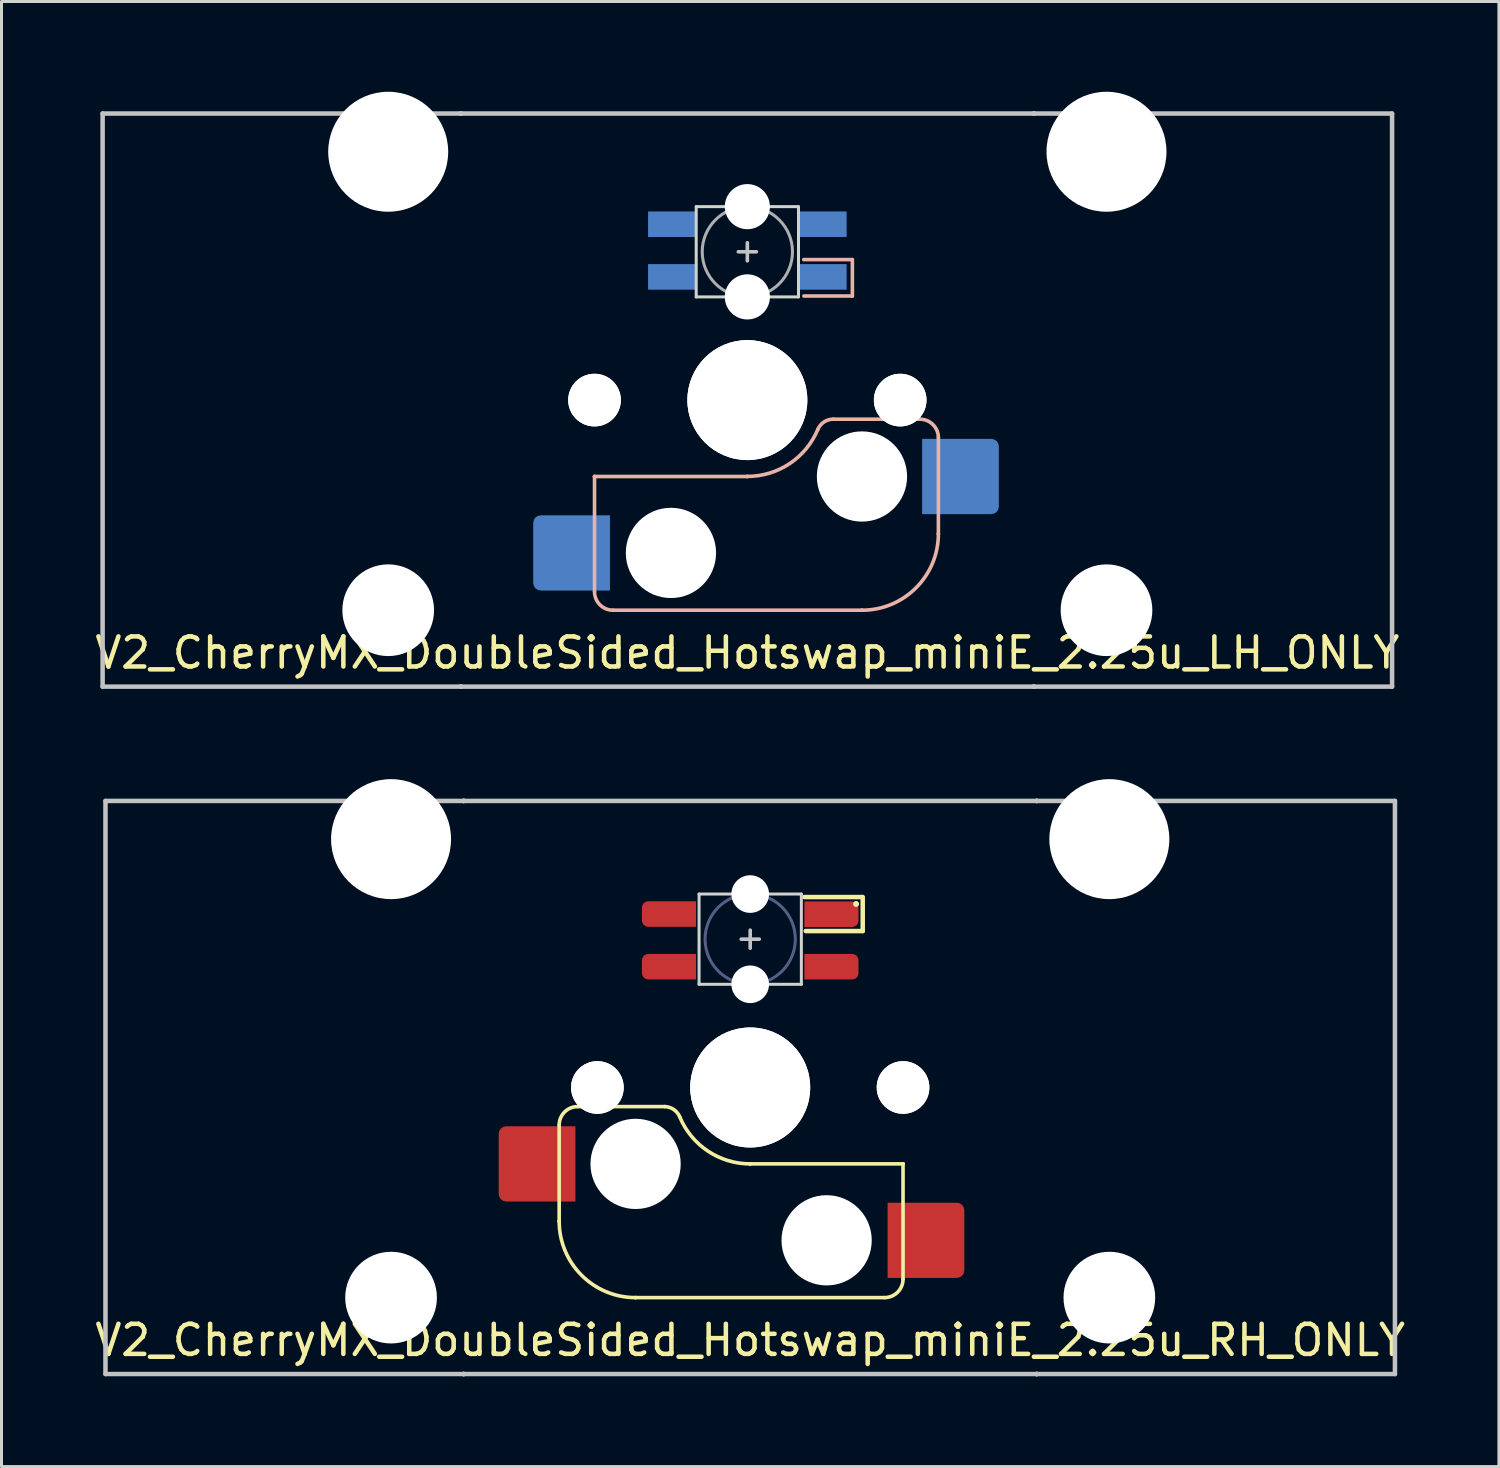
<source format=kicad_pcb>
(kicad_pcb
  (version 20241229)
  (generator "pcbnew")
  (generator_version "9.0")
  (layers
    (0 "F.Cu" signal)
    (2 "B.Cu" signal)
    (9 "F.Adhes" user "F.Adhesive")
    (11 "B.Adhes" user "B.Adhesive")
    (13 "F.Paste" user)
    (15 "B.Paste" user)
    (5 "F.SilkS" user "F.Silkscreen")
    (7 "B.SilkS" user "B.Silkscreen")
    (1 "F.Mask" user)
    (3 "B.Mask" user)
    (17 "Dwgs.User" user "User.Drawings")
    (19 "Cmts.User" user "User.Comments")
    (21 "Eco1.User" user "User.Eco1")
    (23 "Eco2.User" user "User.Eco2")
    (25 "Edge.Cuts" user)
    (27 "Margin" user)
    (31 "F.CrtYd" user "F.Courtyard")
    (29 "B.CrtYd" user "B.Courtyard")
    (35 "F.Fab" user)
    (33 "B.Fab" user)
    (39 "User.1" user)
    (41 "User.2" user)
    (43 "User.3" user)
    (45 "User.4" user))
  (footprint "V2_CherryMX_DoubleSided_Hotswap_miniE_2.25u_LH_ONLY"
    (layer "F.Cu")
    (at 21.792 10.249)
    (property "Reference" "V2_CherryMX_DoubleSided_Hotswap_miniE_2.25u_LH_ONLY" (at 0 8.4 0) (layer "F.SilkS") (effects (font (size 1 1) (thickness 0.15))))
    (attr through_hole)
    (fp_poly (pts (xy -3.25 -6.22) (xy -1.75 -6.22) (xy -1.75 -5.47) (xy -3.25 -5.47)) (stroke (width 0.1) (type solid)) (fill yes) (layer "B.Mask"))
    (fp_poly (pts (xy -3.25 -4.47) (xy -1.75 -4.47) (xy -1.75 -3.72) (xy -3.25 -3.72)) (stroke (width 0.1) (type solid)) (fill yes) (layer "B.Mask"))
    (fp_poly (pts (xy 1.75 -6.22) (xy 3.25 -6.22) (xy 3.25 -5.47) (xy 1.75 -5.47)) (stroke (width 0.1) (type solid)) (fill yes) (layer "B.Mask"))
    (fp_poly (pts (xy 1.75 -4.47) (xy 3.25 -4.47) (xy 3.25 -4.145) (xy 2.85 -3.72) (xy 1.75 -3.72)) (stroke (width 0.1) (type solid)) (fill yes) (layer "B.Mask"))
    (fp_line (start -5.08 2.54) (end -5.08 2.54) (stroke (width 0.12) (type solid)) (layer "B.SilkS"))
    (fp_line (start -5.08 2.54) (end -5.08 2.54) (stroke (width 0.12) (type solid)) (layer "B.SilkS"))
    (fp_line (start -5.08 6.36) (end -5.08 2.54) (stroke (width 0.12) (type solid)) (layer "B.SilkS"))
    (fp_line (start -4.46 6.985) (end 3.81 6.985) (stroke (width 0.12) (type solid)) (layer "B.SilkS"))
    (fp_line (start 0 2.54) (end -5.08 2.54) (stroke (width 0.12) (type solid)) (layer "B.SilkS"))
    (fp_line (start 0 2.54) (end 0 2.54) (stroke (width 0.12) (type solid)) (layer "B.SilkS"))
    (fp_line (start 1.874 -4.67) (end 3.486 -4.67) (stroke (width 0.12) (type solid)) (layer "B.SilkS"))
    (fp_line (start 1.88 -3.459) (end 3.491 -3.459) (stroke (width 0.12) (type solid)) (layer "B.SilkS"))
    (fp_line (start 2.86 0.635) (end 5.72 0.635) (stroke (width 0.12) (type solid)) (layer "B.SilkS"))
    (fp_line (start 3.491 -3.459) (end 3.491 -4.67) (stroke (width 0.12) (type solid)) (layer "B.SilkS"))
    (fp_line (start 3.81 6.985) (end 3.81 6.985) (stroke (width 0.12) (type solid)) (layer "B.SilkS"))
    (fp_line (start 6.35 1.25) (end 6.35 4.445) (stroke (width 0.12) (type solid)) (layer "B.SilkS"))
    (fp_line (start 6.35 4.445) (end 6.35 4.445) (stroke (width 0.12) (type solid)) (layer "B.SilkS"))
    (fp_arc (start -4.465 6.985) (mid -4.899871 6.804871) (end -5.08 6.37) (stroke (width 0.12) (type default)) (layer "B.SilkS"))
    (fp_arc (start 2.34 0.98) (mid 1.405313 2.11213) (end 0 2.536928) (stroke (width 0.12) (type solid)) (layer "B.SilkS"))
    (fp_arc (start 2.34 0.98) (mid 2.547381 0.727883) (end 2.859999 0.633863) (stroke (width 0.12) (type default)) (layer "B.SilkS"))
    (fp_arc (start 5.735129 0.635) (mid 6.169999 0.815141) (end 6.350129 1.25) (stroke (width 0.12) (type default)) (layer "B.SilkS"))
    (fp_arc (start 6.35 4.445) (mid 5.606051 6.241051) (end 3.81 6.985) (stroke (width 0.12) (type solid)) (layer "B.SilkS"))
    (fp_line (start -21.431 -9.525) (end 21.431 -9.525) (stroke (width 0.15) (type solid)) (layer "Dwgs.User"))
    (fp_line (start -21.431 9.525) (end -21.431 -9.525) (stroke (width 0.15) (type solid)) (layer "Dwgs.User"))
    (fp_line (start -9.525 -9.525) (end -9.525 -9.525) (stroke (width 0.15) (type solid)) (layer "Dwgs.User"))
    (fp_line (start -9.525 -9.525) (end -9.525 -9.525) (stroke (width 0.15) (type solid)) (layer "Dwgs.User"))
    (fp_line (start -9.525 -9.525) (end -9.525 -9.525) (stroke (width 0.15) (type solid)) (layer "Dwgs.User"))
    (fp_line (start -9.525 -9.525) (end -9.525 -9.525) (stroke (width 0.15) (type solid)) (layer "Dwgs.User"))
    (fp_line (start -9.525 9.525) (end -9.525 9.525) (stroke (width 0.15) (type solid)) (layer "Dwgs.User"))
    (fp_line (start -9.525 9.525) (end -9.525 9.525) (stroke (width 0.15) (type solid)) (layer "Dwgs.User"))
    (fp_line (start -9.525 9.525) (end -9.525 9.525) (stroke (width 0.15) (type solid)) (layer "Dwgs.User"))
    (fp_line (start -9.525 9.525) (end -9.525 9.525) (stroke (width 0.15) (type solid)) (layer "Dwgs.User"))
    (fp_line (start -0.3 -4.93) (end 0.3 -4.93) (stroke (width 0.12) (type solid)) (layer "Dwgs.User"))
    (fp_line (start 0 -4.63) (end 0 -5.23) (stroke (width 0.12) (type solid)) (layer "Dwgs.User"))
    (fp_line (start 9.525 -9.525) (end 9.525 -9.525) (stroke (width 0.15) (type solid)) (layer "Dwgs.User"))
    (fp_line (start 9.525 -9.525) (end 9.525 -9.525) (stroke (width 0.15) (type solid)) (layer "Dwgs.User"))
    (fp_line (start 9.525 -9.525) (end 9.525 -9.525) (stroke (width 0.15) (type solid)) (layer "Dwgs.User"))
    (fp_line (start 9.525 -9.525) (end 9.525 -9.525) (stroke (width 0.15) (type solid)) (layer "Dwgs.User"))
    (fp_line (start 9.525 9.525) (end 9.525 9.525) (stroke (width 0.15) (type solid)) (layer "Dwgs.User"))
    (fp_line (start 9.525 9.525) (end 9.525 9.525) (stroke (width 0.15) (type solid)) (layer "Dwgs.User"))
    (fp_line (start 9.525 9.525) (end 9.525 9.525) (stroke (width 0.15) (type solid)) (layer "Dwgs.User"))
    (fp_line (start 9.525 9.525) (end 9.525 9.525) (stroke (width 0.15) (type solid)) (layer "Dwgs.User"))
    (fp_line (start 21.431 -9.525) (end 21.431 9.525) (stroke (width 0.15) (type solid)) (layer "Dwgs.User"))
    (fp_line (start 21.431 9.525) (end -21.431 9.525) (stroke (width 0.15) (type solid)) (layer "Dwgs.User"))
    (fp_line (start -1.7 -6.43) (end -1.7 -3.43) (stroke (width 0.1) (type solid)) (layer "Edge.Cuts"))
    (fp_line (start 1.7 -6.43) (end -1.7 -6.43) (stroke (width 0.1) (type solid)) (layer "Edge.Cuts"))
    (fp_line (start 1.7 -3.43) (end -1.7 -3.43) (stroke (width 0.1) (type solid)) (layer "Edge.Cuts"))
    (fp_line (start 1.7 -3.43) (end 1.7 -6.43) (stroke (width 0.1) (type solid)) (layer "Edge.Cuts"))
    (fp_circle (center 0 -4.93) (end 0 -6.43) (stroke (width 0.1) (type solid)) (fill no) (layer "F.Fab"))
    (fp_line (start -9.525 9.525) (end -9.525 -9.525) (stroke (width 0.15) (type solid)) (layer "User.2"))
    (fp_line (start 9.525 -9.525) (end -9.525 -9.525) (stroke (width 0.15) (type solid)) (layer "User.2"))
    (fp_line (start 9.525 9.525) (end -9.525 9.525) (stroke (width 0.15) (type solid)) (layer "User.2"))
    (fp_line (start 9.525 9.525) (end 9.525 -9.525) (stroke (width 0.15) (type solid)) (layer "User.2"))
    (pad "" np_thru_hole circle (at -11.938 -8.255) (size 3.988 3.988) (drill 3.988) (layers "*.Cu" "*.Mask"))
    (pad "" np_thru_hole circle (at -11.938 6.985) (size 3.048 3.048) (drill 3.048) (layers "*.Cu" "*.Mask"))
    (pad "" np_thru_hole circle (at -5.08 0 180) (size 1.75 1.75) (drill 1.75) (layers "*.Cu" "*.Mask"))
    (pad "" np_thru_hole circle (at -5.08 0 180) (size 1.75 1.75) (drill 1.75) (layers "*.Cu" "*.Mask"))
    (pad "" np_thru_hole circle (at -2.54 5.08 180) (size 3 3) (drill 3) (layers "*.Cu" "*.Mask"))
    (pad "" np_thru_hole circle (at 0 -6.43 180) (size 1.5 1.5) (drill 1.5) (layers "*.Cu" "*.Mask"))
    (pad "" np_thru_hole circle (at 0 -3.43 180) (size 1.5 1.5) (drill 1.5) (layers "*.Cu" "*.Mask"))
    (pad "" np_thru_hole circle (at 0 0 180) (size 3.988 3.988) (drill 3.988) (layers "*.Cu" "*.Mask"))
    (pad "" np_thru_hole circle (at 0 0 180) (size 3.988 3.988) (drill 3.988) (layers "*.Cu" "*.Mask"))
    (pad "" np_thru_hole circle (at 3.81 2.54 180) (size 3 3) (drill 3) (layers "*.Cu" "*.Mask"))
    (pad "" np_thru_hole circle (at 5.08 0 180) (size 1.75 1.75) (drill 1.75) (layers "*.Cu" "*.Mask"))
    (pad "" np_thru_hole circle (at 5.08 0 180) (size 1.75 1.75) (drill 1.75) (layers "*.Cu" "*.Mask"))
    (pad "" np_thru_hole circle (at 11.938 -8.255) (size 3.988 3.988) (drill 3.988) (layers "*.Cu" "*.Mask"))
    (pad "" np_thru_hole circle (at 11.938 6.985) (size 3.048 3.048) (drill 3.048) (layers "*.Cu" "*.Mask"))
    (pad "1" smd rect (at -2.5 -5.845) (size 1.6 0.85) (layers "B.Cu"))
    (pad "2" smd rect (at -2.5 -4.095 180) (size 1.6 0.85) (layers "B.Cu"))
    (pad "3" smd rect (at 2.5 -4.095 180) (size 1.6 0.85) (layers "B.Cu"))
    (pad "4" smd rect (at 2.5 -5.845) (size 1.6 0.85) (layers "B.Cu"))
    (pad "5" smd roundrect (at 7.085 2.54 180) (size 2.55 2.5) (layers "B.Cu" "B.Mask" "B.Paste") (roundrect_rratio 0.1) (chamfer_ratio 0) (chamfer top_right bottom_right))
    (pad "6" smd roundrect (at -5.842 5.08 180) (size 2.55 2.5) (layers "B.Cu" "B.Mask" "B.Paste") (roundrect_rratio 0.1) (chamfer_ratio 0) (chamfer top_left bottom_left)))
  (footprint "V2_CherryMX_DoubleSided_Hotswap_miniE_2.25u_RH_ONLY"
    (layer "F.Cu")
    (at 21.887 33.098)
    (property "Reference" "V2_CherryMX_DoubleSided_Hotswap_miniE_2.25u_RH_ONLY" (at 0 8.4 180) (layer "F.SilkS") (effects (font (size 1 1) (thickness 0.15))))
    (attr through_hole)
    (fp_line (start -6.35 4.445) (end -6.35 1.26) (stroke (width 0.12) (type solid)) (layer "F.SilkS"))
    (fp_line (start -6.35 4.445) (end -6.35 4.445) (stroke (width 0.12) (type solid)) (layer "F.SilkS"))
    (fp_line (start -5.73 0.635) (end -2.84 0.635) (stroke (width 0.12) (type solid)) (layer "F.SilkS"))
    (fp_line (start -3.81 6.985) (end -3.81 6.985) (stroke (width 0.12) (type solid)) (layer "F.SilkS"))
    (fp_line (start -3.81 6.985) (end 4.46 6.985) (stroke (width 0.12) (type solid)) (layer "F.SilkS"))
    (fp_line (start 0 2.54) (end 0 2.54) (stroke (width 0.12) (type solid)) (layer "F.SilkS"))
    (fp_line (start 0 2.54) (end 5.08 2.54) (stroke (width 0.12) (type solid)) (layer "F.SilkS"))
    (fp_line (start 1.8 -6.33) (end 3.724 -6.33) (stroke (width 0.15) (type solid)) (layer "F.SilkS"))
    (fp_line (start 3.74 -6.33) (end 3.74 -5.2) (stroke (width 0.15) (type solid)) (layer "F.SilkS"))
    (fp_line (start 3.74 -5.2) (end 1.846 -5.2) (stroke (width 0.15) (type solid)) (layer "F.SilkS"))
    (fp_line (start 5.08 2.54) (end 5.08 2.54) (stroke (width 0.12) (type solid)) (layer "F.SilkS"))
    (fp_line (start 5.08 2.54) (end 5.08 2.54) (stroke (width 0.12) (type solid)) (layer "F.SilkS"))
    (fp_line (start 5.08 6.37) (end 5.08 2.54) (stroke (width 0.12) (type solid)) (layer "F.SilkS"))
    (fp_arc (start -6.35 1.25) (mid -6.169871 0.815129) (end -5.735 0.635) (stroke (width 0.12) (type default)) (layer "F.SilkS"))
    (fp_arc (start -3.81 6.985) (mid -5.606051 6.241051) (end -6.35 4.445) (stroke (width 0.12) (type solid)) (layer "F.SilkS"))
    (fp_arc (start -2.840072 0.635) (mid -2.539136 0.734324) (end -2.34 0.980845) (stroke (width 0.12) (type default)) (layer "F.SilkS"))
    (fp_arc (start 0 2.54) (mid -1.405313 2.115202) (end -2.34 0.983072) (stroke (width 0.12) (type solid)) (layer "F.SilkS"))
    (fp_arc (start 5.080129 6.37) (mid 4.9 6.804871) (end 4.465129 6.985) (stroke (width 0.12) (type default)) (layer "F.SilkS"))
    (fp_circle (center 3.52 -6.1) (end 3.62 -6.1) (stroke (width 0) (type solid)) (fill yes) (layer "F.SilkS"))
    (fp_line (start -21.431 -9.525) (end 21.431 -9.525) (stroke (width 0.15) (type solid)) (layer "Dwgs.User"))
    (fp_line (start -21.431 9.525) (end -21.431 -9.525) (stroke (width 0.15) (type solid)) (layer "Dwgs.User"))
    (fp_line (start -9.525 -9.525) (end -9.525 -9.525) (stroke (width 0.15) (type solid)) (layer "Dwgs.User"))
    (fp_line (start -9.525 -9.525) (end -9.525 -9.525) (stroke (width 0.15) (type solid)) (layer "Dwgs.User"))
    (fp_line (start -9.525 -9.525) (end -9.525 -9.525) (stroke (width 0.15) (type solid)) (layer "Dwgs.User"))
    (fp_line (start -9.525 -9.525) (end -9.525 -9.525) (stroke (width 0.15) (type solid)) (layer "Dwgs.User"))
    (fp_line (start -9.525 9.525) (end -9.525 9.525) (stroke (width 0.15) (type solid)) (layer "Dwgs.User"))
    (fp_line (start -9.525 9.525) (end -9.525 9.525) (stroke (width 0.15) (type solid)) (layer "Dwgs.User"))
    (fp_line (start -9.525 9.525) (end -9.525 9.525) (stroke (width 0.15) (type solid)) (layer "Dwgs.User"))
    (fp_line (start -9.525 9.525) (end -9.525 9.525) (stroke (width 0.15) (type solid)) (layer "Dwgs.User"))
    (fp_line (start -0.3 -4.93) (end 0.3 -4.93) (stroke (width 0.12) (type solid)) (layer "Dwgs.User"))
    (fp_line (start 0 -5.23) (end 0 -4.63) (stroke (width 0.12) (type solid)) (layer "Dwgs.User"))
    (fp_line (start 9.525 -9.525) (end 9.525 -9.525) (stroke (width 0.15) (type solid)) (layer "Dwgs.User"))
    (fp_line (start 9.525 -9.525) (end 9.525 -9.525) (stroke (width 0.15) (type solid)) (layer "Dwgs.User"))
    (fp_line (start 9.525 -9.525) (end 9.525 -9.525) (stroke (width 0.15) (type solid)) (layer "Dwgs.User"))
    (fp_line (start 9.525 -9.525) (end 9.525 -9.525) (stroke (width 0.15) (type solid)) (layer "Dwgs.User"))
    (fp_line (start 9.525 9.525) (end 9.525 9.525) (stroke (width 0.15) (type solid)) (layer "Dwgs.User"))
    (fp_line (start 9.525 9.525) (end 9.525 9.525) (stroke (width 0.15) (type solid)) (layer "Dwgs.User"))
    (fp_line (start 9.525 9.525) (end 9.525 9.525) (stroke (width 0.15) (type solid)) (layer "Dwgs.User"))
    (fp_line (start 9.525 9.525) (end 9.525 9.525) (stroke (width 0.15) (type solid)) (layer "Dwgs.User"))
    (fp_line (start 21.431 -9.525) (end 21.431 9.525) (stroke (width 0.15) (type solid)) (layer "Dwgs.User"))
    (fp_line (start 21.431 9.525) (end -21.431 9.525) (stroke (width 0.15) (type solid)) (layer "Dwgs.User"))
    (fp_line (start -1.7 -3.43) (end -1.7 -6.43) (stroke (width 0.1) (type solid)) (layer "Edge.Cuts"))
    (fp_line (start 1.7 -6.43) (end -1.7 -6.43) (stroke (width 0.1) (type solid)) (layer "Edge.Cuts"))
    (fp_line (start 1.7 -6.43) (end 1.7 -3.43) (stroke (width 0.1) (type solid)) (layer "Edge.Cuts"))
    (fp_line (start 1.7 -3.43) (end -1.7 -3.43) (stroke (width 0.1) (type solid)) (layer "Edge.Cuts"))
    (fp_circle (center 0 -4.93) (end 0 -3.43) (stroke (width 0.1) (type solid)) (fill no) (layer "B.Fab"))
    (fp_line (start -9.525 9.525) (end -9.525 -9.525) (stroke (width 0.15) (type solid)) (layer "User.2"))
    (fp_line (start 9.525 -9.525) (end -9.525 -9.525) (stroke (width 0.15) (type solid)) (layer "User.2"))
    (fp_line (start 9.525 9.525) (end -9.525 9.525) (stroke (width 0.15) (type solid)) (layer "User.2"))
    (fp_line (start 9.525 9.525) (end 9.525 -9.525) (stroke (width 0.15) (type solid)) (layer "User.2"))
    (pad "" np_thru_hole circle (at -11.938 -8.255) (size 3.988 3.988) (drill 3.988) (layers "*.Cu" "*.Mask"))
    (pad "" np_thru_hole circle (at -11.938 6.985) (size 3.048 3.048) (drill 3.048) (layers "*.Cu" "*.Mask"))
    (pad "" np_thru_hole circle (at -5.08 0 180) (size 1.75 1.75) (drill 1.75) (layers "*.Cu" "*.Mask"))
    (pad "" np_thru_hole circle (at -5.08 0 180) (size 1.75 1.75) (drill 1.75) (layers "*.Cu" "*.Mask"))
    (pad "" np_thru_hole circle (at -3.81 2.54 180) (size 3 3) (drill 3) (layers "*.Cu" "*.Mask"))
    (pad "" smd roundrect (at -2.69 -4.015 180) (size 1.82 0.85) (layers "F.Mask") (roundrect_rratio 0.25) (chamfer_ratio 0) (chamfer top_left bottom_left))
    (pad "" smd roundrect (at -2.69 -5.765 180) (size 1.82 0.84) (layers "F.Mask") (roundrect_rratio 0.25) (chamfer_ratio 0) (chamfer top_left bottom_left))
    (pad "" np_thru_hole circle (at 0 -6.429) (size 1.25 1.25) (drill 1.25) (layers "*.Cu" "*.Mask"))
    (pad "" np_thru_hole circle (at 0 -3.43) (size 1.25 1.25) (drill 1.25) (layers "*.Cu" "*.Mask"))
    (pad "" np_thru_hole circle (at 0 0 180) (size 3.988 3.988) (drill 3.988) (layers "*.Cu" "*.Mask"))
    (pad "" np_thru_hole circle (at 0 0 180) (size 3.988 3.988) (drill 3.988) (layers "*.Cu" "*.Mask"))
    (pad "" smd rect (at 2.47 -5.77) (size 1.38 0.84) (layers "F.Mask"))
    (pad "" np_thru_hole circle (at 2.54 5.08 180) (size 3 3) (drill 3) (layers "*.Cu" "*.Mask"))
    (pad "" smd roundrect (at 2.69 -4.02) (size 1.82 0.84) (layers "F.Mask") (roundrect_rratio 0.25) (chamfer_ratio 0) (chamfer top_left bottom_left))
    (pad "" smd roundrect (at 2.855 -5.77) (size 1.49 0.84) (layers "F.Mask") (roundrect_rratio 0.25) (chamfer_ratio 0.5) (chamfer top_right))
    (pad "" np_thru_hole circle (at 5.08 0 180) (size 1.75 1.75) (drill 1.75) (layers "*.Cu" "*.Mask"))
    (pad "" np_thru_hole circle (at 5.08 0 180) (size 1.75 1.75) (drill 1.75) (layers "*.Cu" "*.Mask"))
    (pad "" np_thru_hole circle (at 11.938 -8.255) (size 3.988 3.988) (drill 3.988) (layers "*.Cu" "*.Mask"))
    (pad "" np_thru_hole circle (at 11.938 6.985) (size 3.048 3.048) (drill 3.048) (layers "*.Cu" "*.Mask"))
    (pad "1" smd custom (at -2.7 -4.015 180) (size 0.85 0.85) (layers "F.Cu") (options (anchor circle)) (primitives (gr_poly (pts (xy 0.9 -0.212) (xy 0.884 -0.294) (xy 0.838 -0.363) (xy 0.769 -0.409) (xy 0.688 -0.425) (xy -0.9 -0.425) (xy -0.9 0.425) (xy 0.688 0.425) (xy 0.769 0.409) (xy 0.838 0.363) (xy 0.884 0.294) (xy 0.9 0.212)) (width 0) (fill yes))))
    (pad "2" smd custom (at -2.7 -5.765) (size 0.85 0.85) (layers "F.Cu") (options (anchor circle)) (primitives (gr_poly (pts (xy 0.9 -0.425) (xy -0.688 -0.425) (xy -0.769 -0.409) (xy -0.838 -0.363) (xy -0.884 -0.294) (xy -0.9 -0.212) (xy -0.9 0.212) (xy -0.884 0.294) (xy -0.838 0.363) (xy -0.769 0.409) (xy -0.688 0.425) (xy 0.9 0.425)) (width 0) (fill yes))))
    (pad "3" smd custom (at 2.7 -5.76) (size 0.85 0.85) (layers "F.Cu") (options (anchor circle)) (primitives (gr_poly (pts (xy -0.9 -0.425) (xy 0.688 -0.425) (xy 0.769 -0.409) (xy 0.838 -0.363) (xy 0.884 -0.294) (xy 0.9 -0.212) (xy 0.9 0.212) (xy 0.884 0.294) (xy 0.838 0.363) (xy 0.769 0.409) (xy 0.688 0.425) (xy -0.9 0.425)) (width 0) (fill yes))))
    (pad "4" smd custom (at 2.7 -4.015 180) (size 0.85 0.85) (layers "F.Cu") (options (anchor circle)) (primitives (gr_poly (pts (xy 0.9 -0.425) (xy -0.688 -0.425) (xy -0.769 -0.409) (xy -0.838 -0.363) (xy -0.884 -0.294) (xy -0.9 -0.212) (xy -0.9 0.212) (xy -0.884 0.294) (xy -0.838 0.363) (xy -0.769 0.409) (xy -0.688 0.425) (xy 0.9 0.425)) (width 0) (fill yes))))
    (pad "5" smd roundrect (at 5.842 5.08 180) (size 2.55 2.5) (layers "F.Cu" "F.Mask" "F.Paste") (roundrect_rratio 0.1) (chamfer_ratio 0) (chamfer top_right bottom_right))
    (pad "6" smd roundrect (at -7.085 2.54 180) (size 2.55 2.5) (layers "F.Cu" "F.Mask" "F.Paste") (roundrect_rratio 0.1) (chamfer_ratio 0) (chamfer top_left bottom_left)))
  (gr_rect
    (start -3 -3)
    (end 46.774 45.698)
    (stroke (width 0.1) (type default))
    (fill no)
    (layer "Edge.Cuts")))
</source>
